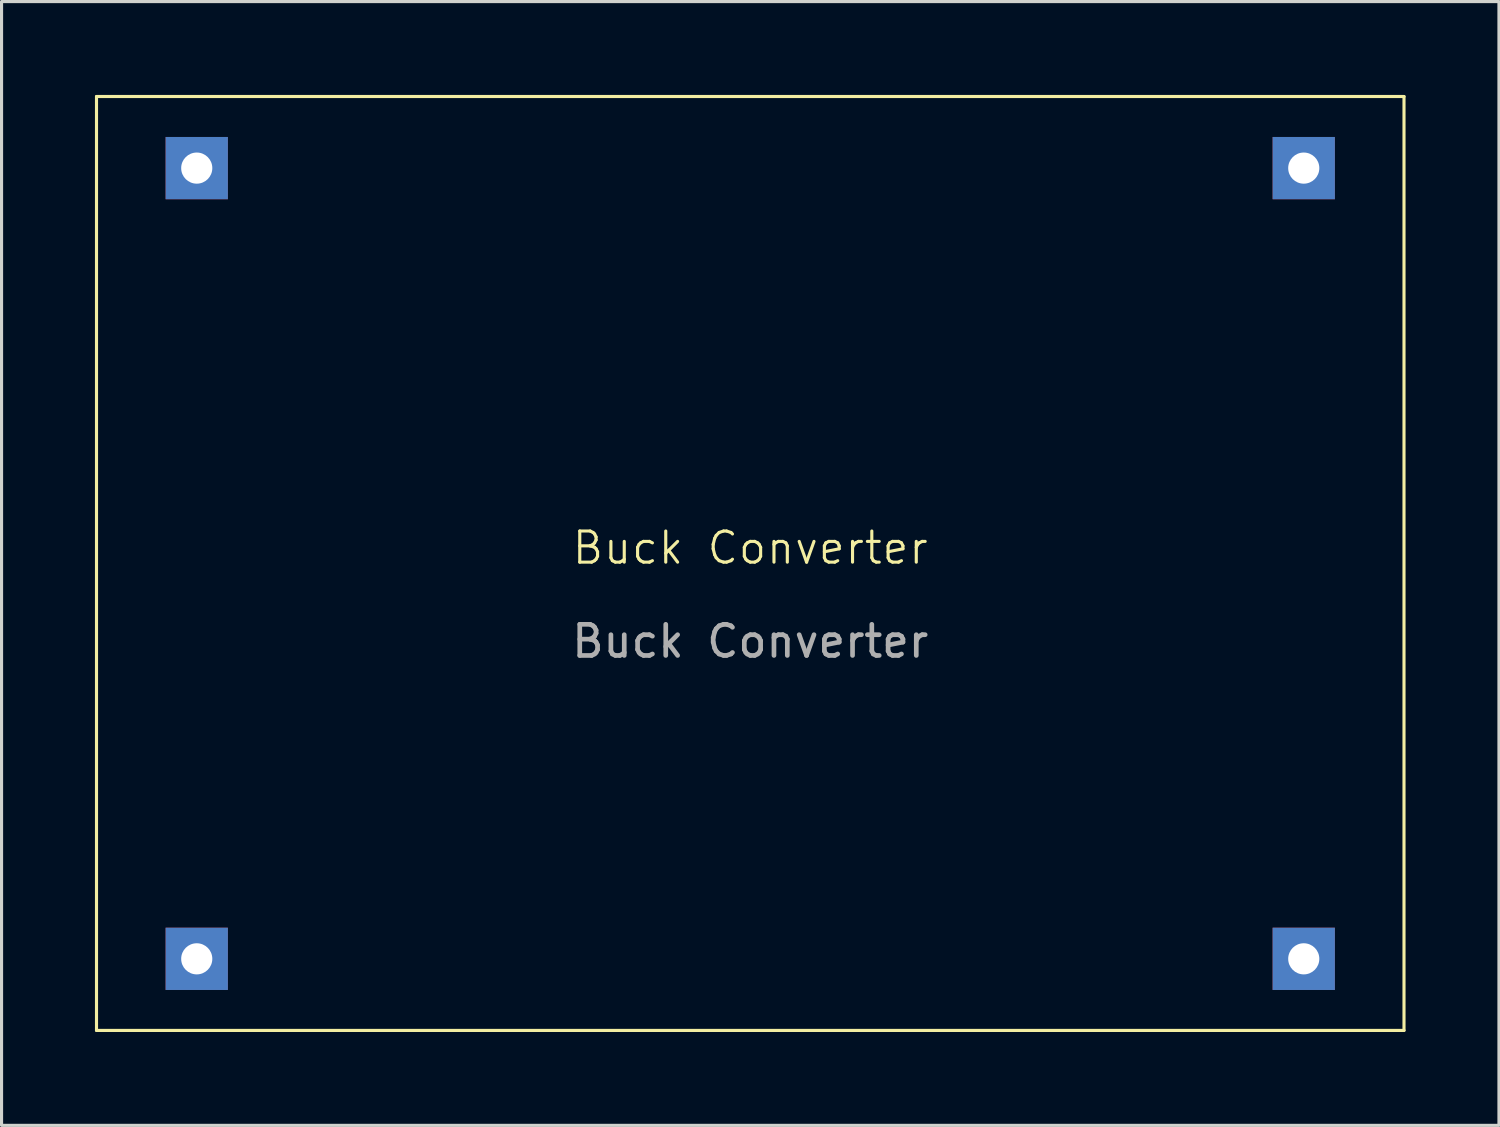
<source format=kicad_pcb>
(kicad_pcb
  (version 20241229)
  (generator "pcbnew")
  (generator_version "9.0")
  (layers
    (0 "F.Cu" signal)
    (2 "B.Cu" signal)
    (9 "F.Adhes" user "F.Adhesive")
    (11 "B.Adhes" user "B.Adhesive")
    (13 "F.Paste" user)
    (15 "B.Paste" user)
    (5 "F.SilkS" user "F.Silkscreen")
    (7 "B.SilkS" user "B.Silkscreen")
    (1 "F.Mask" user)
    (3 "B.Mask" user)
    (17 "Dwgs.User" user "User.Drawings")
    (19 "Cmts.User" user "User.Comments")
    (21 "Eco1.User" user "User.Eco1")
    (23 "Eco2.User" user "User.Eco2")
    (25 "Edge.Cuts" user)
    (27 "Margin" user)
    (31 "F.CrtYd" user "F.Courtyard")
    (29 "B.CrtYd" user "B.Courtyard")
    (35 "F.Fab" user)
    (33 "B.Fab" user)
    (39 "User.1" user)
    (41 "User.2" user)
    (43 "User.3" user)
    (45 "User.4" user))
  (footprint "Buck Converter"
    (layer "F.Cu")
    (at 21.05 15.05)
    (property "Reference" "Buck Converter" (at 0 -0.5 0) (unlocked yes) (layer "F.SilkS") (effects (font (size 1 1) (thickness 0.1))))
    (attr through_hole)
    (fp_line (start -21 -15) (end 21 -15) (stroke (width 0.1) (type default)) (layer "F.SilkS"))
    (fp_line (start -21 15) (end -21 -15) (stroke (width 0.1) (type default)) (layer "F.SilkS"))
    (fp_line (start 21 -15) (end 21 15) (stroke (width 0.1) (type default)) (layer "F.SilkS"))
    (fp_line (start 21 15) (end -21 15) (stroke (width 0.1) (type default)) (layer "F.SilkS"))
    (fp_text user "${REFERENCE}" (at 0 2.5 0) (unlocked yes) (layer "F.Fab") (effects (font (size 1 1) (thickness 0.15))))
    (pad "1" thru_hole rect (at 17.78 -12.7) (size 2 2) (drill 1) (layers "*.Cu" "*.Mask"))
    (pad "2" thru_hole rect (at 17.78 12.7) (size 2 2) (drill 1) (layers "*.Cu" "*.Mask"))
    (pad "3" thru_hole rect (at -17.78 -12.7) (size 2 2) (drill 1) (layers "*.Cu" "*.Mask"))
    (pad "4" thru_hole rect (at -17.78 12.7) (size 2 2) (drill 1) (layers "*.Cu" "*.Mask"))
    (zone (net_name "") (layer "F.SilkS") (hatch edge 0.5) (connect_pads) (min_thickness 0.25) (filled_areas_thickness no) (keepout (tracks allowed) (vias allowed) (pads not_allowed) (copperpour allowed) (footprints not_allowed)) (placement (enabled no)) (fill) (polygon (pts (xy 0.05 0.05) (xy 42.05 0.05) (xy 42.05 30.05) (xy 0.05 30.05)))))
  (gr_rect
    (start -3 -3)
    (end 45.1 33.1)
    (stroke (width 0.1) (type default))
    (fill no)
    (layer "Edge.Cuts")))
</source>
